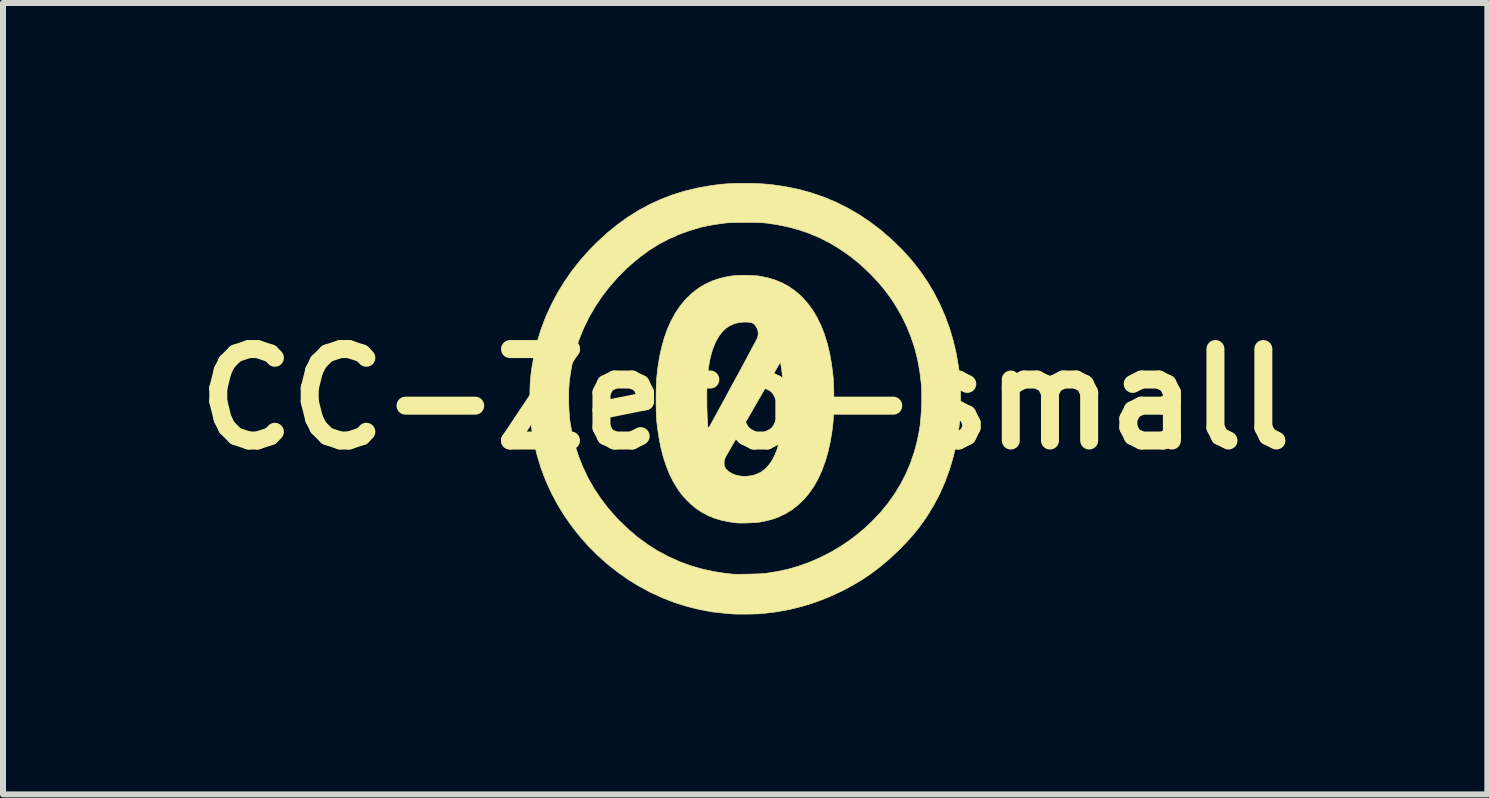
<source format=kicad_pcb>
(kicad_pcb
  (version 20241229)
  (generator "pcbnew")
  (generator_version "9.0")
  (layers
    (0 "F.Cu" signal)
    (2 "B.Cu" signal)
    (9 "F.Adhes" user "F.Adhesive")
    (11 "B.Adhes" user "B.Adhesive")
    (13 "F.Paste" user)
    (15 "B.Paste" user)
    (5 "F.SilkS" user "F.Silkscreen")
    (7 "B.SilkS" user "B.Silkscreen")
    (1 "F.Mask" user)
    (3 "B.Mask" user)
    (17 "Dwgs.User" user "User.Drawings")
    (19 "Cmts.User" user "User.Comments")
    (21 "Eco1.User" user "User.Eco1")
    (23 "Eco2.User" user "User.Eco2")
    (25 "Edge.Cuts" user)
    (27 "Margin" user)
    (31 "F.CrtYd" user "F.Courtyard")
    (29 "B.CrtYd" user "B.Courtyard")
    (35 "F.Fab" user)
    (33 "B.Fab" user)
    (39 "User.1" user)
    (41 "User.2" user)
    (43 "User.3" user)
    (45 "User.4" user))
  (footprint "CC-Zero-small"
    (layer "F.Cu")
    (at 9.369 3.602)
    (property "Reference" "CC-Zero-small" (at 0 0 0) (layer "F.SilkS") (effects (font (size 1.524 1.524) (thickness 0.3))))
    (attr through_hole)
    (fp_poly (pts (xy 0.036 -3.597) (xy 0.154 -3.594) (xy 0.268 -3.589) (xy 0.377 -3.581) (xy 0.455 -3.573) (xy 0.679 -3.54) (xy 0.897 -3.495) (xy 1.109 -3.436) (xy 1.314 -3.366) (xy 1.514 -3.282) (xy 1.708 -3.185) (xy 1.897 -3.076) (xy 2.08 -2.954) (xy 2.258 -2.818) (xy 2.43 -2.67) (xy 2.597 -2.509) (xy 2.639 -2.465) (xy 2.782 -2.305) (xy 2.914 -2.136) (xy 3.036 -1.959) (xy 3.146 -1.774) (xy 3.245 -1.581) (xy 3.332 -1.382) (xy 3.407 -1.178) (xy 3.469 -0.968) (xy 3.519 -0.753) (xy 3.556 -0.535) (xy 3.562 -0.49) (xy 3.577 -0.345) (xy 3.586 -0.193) (xy 3.59 -0.036) (xy 3.589 0.121) (xy 3.582 0.275) (xy 3.569 0.422) (xy 3.556 0.529) (xy 3.518 0.751) (xy 3.467 0.966) (xy 3.405 1.175) (xy 3.331 1.378) (xy 3.245 1.573) (xy 3.147 1.761) (xy 3.038 1.94) (xy 3.008 1.986) (xy 2.936 2.088) (xy 2.862 2.185) (xy 2.784 2.279) (xy 2.699 2.373) (xy 2.606 2.47) (xy 2.55 2.526) (xy 2.406 2.661) (xy 2.261 2.784) (xy 2.115 2.896) (xy 1.963 2.999) (xy 1.804 3.095) (xy 1.635 3.186) (xy 1.601 3.203) (xy 1.394 3.298) (xy 1.184 3.38) (xy 0.971 3.448) (xy 0.756 3.502) (xy 0.536 3.543) (xy 0.312 3.571) (xy 0.236 3.577) (xy 0.203 3.579) (xy 0.159 3.58) (xy 0.108 3.582) (xy 0.053 3.582) (xy -0.004 3.583) (xy -0.06 3.583) (xy -0.113 3.583) (xy -0.159 3.582) (xy -0.195 3.581) (xy -0.215 3.58) (xy -0.233 3.578) (xy -0.261 3.576) (xy -0.296 3.573) (xy -0.333 3.57) (xy -0.335 3.57) (xy -0.546 3.546) (xy -0.756 3.508) (xy -0.964 3.456) (xy -1.17 3.392) (xy -1.372 3.314) (xy -1.569 3.224) (xy -1.761 3.122) (xy -1.937 3.015) (xy -2.122 2.885) (xy -2.298 2.746) (xy -2.465 2.597) (xy -2.621 2.44) (xy -2.767 2.274) (xy -2.902 2.101) (xy -3.027 1.921) (xy -3.14 1.733) (xy -3.241 1.54) (xy -3.33 1.341) (xy -3.406 1.137) (xy -3.469 0.929) (xy -3.52 0.716) (xy -3.541 0.6) (xy -3.554 0.523) (xy -3.564 0.453) (xy -3.572 0.388) (xy -3.578 0.324) (xy -3.582 0.259) (xy -3.585 0.189) (xy -3.587 0.112) (xy -3.588 0.024) (xy -3.588 0) (xy -3.587 -0.05) (xy -2.941 -0.05) (xy -2.941 0.033) (xy -2.939 0.118) (xy -2.935 0.199) (xy -2.93 0.273) (xy -2.924 0.338) (xy -2.922 0.357) (xy -2.887 0.558) (xy -2.84 0.755) (xy -2.779 0.946) (xy -2.705 1.132) (xy -2.619 1.313) (xy -2.52 1.488) (xy -2.407 1.656) (xy -2.283 1.819) (xy -2.145 1.976) (xy -2.099 2.024) (xy -1.948 2.169) (xy -1.791 2.302) (xy -1.627 2.422) (xy -1.457 2.53) (xy -1.28 2.624) (xy -1.098 2.707) (xy -0.91 2.776) (xy -0.717 2.832) (xy -0.518 2.875) (xy -0.314 2.906) (xy -0.201 2.917) (xy -0.172 2.918) (xy -0.132 2.919) (xy -0.083 2.919) (xy -0.027 2.918) (xy 0.033 2.917) (xy 0.094 2.916) (xy 0.155 2.914) (xy 0.212 2.912) (xy 0.263 2.91) (xy 0.305 2.907) (xy 0.336 2.905) (xy 0.342 2.904) (xy 0.532 2.874) (xy 0.713 2.835) (xy 0.889 2.784) (xy 1.063 2.722) (xy 1.236 2.647) (xy 1.276 2.628) (xy 1.43 2.549) (xy 1.573 2.465) (xy 1.709 2.375) (xy 1.803 2.307) (xy 1.965 2.176) (xy 2.115 2.037) (xy 2.253 1.891) (xy 2.378 1.739) (xy 2.491 1.58) (xy 2.592 1.415) (xy 2.68 1.243) (xy 2.756 1.064) (xy 2.819 0.88) (xy 2.87 0.689) (xy 2.903 0.519) (xy 2.916 0.431) (xy 2.926 0.332) (xy 2.934 0.227) (xy 2.939 0.119) (xy 2.942 0.012) (xy 2.942 -0.091) (xy 2.939 -0.187) (xy 2.936 -0.244) (xy 2.912 -0.449) (xy 2.876 -0.65) (xy 2.827 -0.846) (xy 2.764 -1.036) (xy 2.688 -1.222) (xy 2.6 -1.401) (xy 2.498 -1.575) (xy 2.417 -1.697) (xy 2.326 -1.819) (xy 2.223 -1.942) (xy 2.111 -2.063) (xy 1.993 -2.178) (xy 1.872 -2.285) (xy 1.75 -2.382) (xy 1.744 -2.387) (xy 1.582 -2.499) (xy 1.418 -2.599) (xy 1.25 -2.685) (xy 1.077 -2.759) (xy 0.898 -2.821) (xy 0.713 -2.871) (xy 0.52 -2.91) (xy 0.367 -2.933) (xy 0.322 -2.937) (xy 0.265 -2.941) (xy 0.2 -2.943) (xy 0.128 -2.945) (xy 0.052 -2.946) (xy -0.025 -2.946) (xy -0.101 -2.946) (xy -0.173 -2.944) (xy -0.239 -2.942) (xy -0.297 -2.938) (xy -0.343 -2.934) (xy -0.353 -2.933) (xy -0.449 -2.919) (xy -0.54 -2.905) (xy -0.623 -2.89) (xy -0.698 -2.874) (xy -0.755 -2.86) (xy -0.941 -2.804) (xy -1.117 -2.739) (xy -1.284 -2.664) (xy -1.444 -2.579) (xy -1.598 -2.482) (xy -1.748 -2.373) (xy -1.894 -2.252) (xy -1.971 -2.182) (xy -2.121 -2.033) (xy -2.259 -1.876) (xy -2.385 -1.713) (xy -2.499 -1.544) (xy -2.6 -1.369) (xy -2.689 -1.188) (xy -2.765 -1.002) (xy -2.828 -0.812) (xy -2.878 -0.617) (xy -2.914 -0.419) (xy -2.933 -0.268) (xy -2.937 -0.205) (xy -2.94 -0.131) (xy -2.941 -0.05) (xy -3.587 -0.05) (xy -3.587 -0.081) (xy -3.587 -0.15) (xy -3.585 -0.211) (xy -3.583 -0.266) (xy -3.579 -0.319) (xy -3.574 -0.371) (xy -3.568 -0.426) (xy -3.56 -0.487) (xy -3.555 -0.522) (xy -3.518 -0.74) (xy -3.466 -0.953) (xy -3.402 -1.163) (xy -3.324 -1.369) (xy -3.233 -1.569) (xy -3.13 -1.765) (xy -3.014 -1.955) (xy -2.886 -2.139) (xy -2.746 -2.316) (xy -2.594 -2.487) (xy -2.469 -2.613) (xy -2.303 -2.766) (xy -2.132 -2.905) (xy -1.958 -3.031) (xy -1.778 -3.144) (xy -1.593 -3.244) (xy -1.403 -3.331) (xy -1.207 -3.406) (xy -1.003 -3.469) (xy -0.793 -3.519) (xy -0.576 -3.558) (xy -0.399 -3.581) (xy -0.302 -3.589) (xy -0.196 -3.594) (xy -0.082 -3.597) (xy 0.036 -3.597)) (stroke (width 0.01) (type solid)) (fill yes) (layer "F.SilkS"))
    (fp_poly (pts (xy 0.094 -2.062) (xy 0.162 -2.058) (xy 0.22 -2.053) (xy 0.236 -2.05) (xy 0.371 -2.024) (xy 0.497 -1.986) (xy 0.614 -1.938) (xy 0.724 -1.879) (xy 0.827 -1.807) (xy 0.924 -1.724) (xy 0.962 -1.686) (xy 1.05 -1.586) (xy 1.13 -1.476) (xy 1.201 -1.356) (xy 1.264 -1.225) (xy 1.32 -1.084) (xy 1.367 -0.931) (xy 1.407 -0.768) (xy 1.438 -0.593) (xy 1.462 -0.407) (xy 1.469 -0.339) (xy 1.471 -0.303) (xy 1.474 -0.255) (xy 1.475 -0.199) (xy 1.477 -0.136) (xy 1.478 -0.069) (xy 1.478 -0.001) (xy 1.478 0) (xy 1.478 0.093) (xy 1.476 0.175) (xy 1.474 0.248) (xy 1.47 0.316) (xy 1.465 0.382) (xy 1.458 0.449) (xy 1.449 0.519) (xy 1.446 0.543) (xy 1.416 0.722) (xy 1.378 0.89) (xy 1.331 1.047) (xy 1.277 1.194) (xy 1.214 1.33) (xy 1.144 1.455) (xy 1.065 1.568) (xy 0.979 1.671) (xy 0.884 1.762) (xy 0.783 1.841) (xy 0.673 1.909) (xy 0.556 1.964) (xy 0.539 1.971) (xy 0.475 1.994) (xy 0.402 2.015) (xy 0.326 2.033) (xy 0.252 2.048) (xy 0.24 2.05) (xy 0.21 2.053) (xy 0.17 2.057) (xy 0.122 2.059) (xy 0.071 2.062) (xy 0.019 2.064) (xy -0.032 2.065) (xy -0.077 2.065) (xy -0.114 2.064) (xy -0.138 2.063) (xy -0.275 2.044) (xy -0.402 2.017) (xy -0.52 1.981) (xy -0.629 1.935) (xy -0.73 1.88) (xy -0.826 1.815) (xy -0.916 1.739) (xy -0.967 1.689) (xy -1.007 1.647) (xy -1.04 1.61) (xy -1.069 1.574) (xy -1.098 1.534) (xy -1.127 1.492) (xy -1.198 1.375) (xy -1.262 1.247) (xy -1.318 1.106) (xy -1.334 1.057) (xy -0.352 1.057) (xy -0.349 1.101) (xy -0.343 1.125) (xy -0.322 1.161) (xy -0.289 1.195) (xy -0.246 1.226) (xy -0.194 1.252) (xy -0.156 1.266) (xy -0.128 1.274) (xy -0.093 1.28) (xy -0.055 1.285) (xy -0.02 1.287) (xy 0.006 1.287) (xy 0.007 1.287) (xy 0.024 1.285) (xy 0.048 1.283) (xy 0.068 1.281) (xy 0.129 1.271) (xy 0.192 1.25) (xy 0.252 1.222) (xy 0.278 1.206) (xy 0.342 1.155) (xy 0.399 1.093) (xy 0.45 1.019) (xy 0.494 0.933) (xy 0.533 0.835) (xy 0.565 0.725) (xy 0.591 0.601) (xy 0.596 0.575) (xy 0.605 0.521) (xy 0.612 0.469) (xy 0.618 0.418) (xy 0.623 0.366) (xy 0.626 0.31) (xy 0.629 0.248) (xy 0.63 0.178) (xy 0.631 0.099) (xy 0.631 0.008) (xy 0.631 -0.004) (xy 0.631 -0.099) (xy 0.63 -0.183) (xy 0.628 -0.257) (xy 0.625 -0.322) (xy 0.621 -0.382) (xy 0.615 -0.439) (xy 0.608 -0.493) (xy 0.6 -0.548) (xy 0.597 -0.565) (xy 0.593 -0.591) (xy 0.589 -0.606) (xy 0.586 -0.61) (xy 0.582 -0.606) (xy 0.577 -0.6) (xy 0.571 -0.589) (xy 0.558 -0.568) (xy 0.539 -0.536) (xy 0.515 -0.494) (xy 0.486 -0.444) (xy 0.453 -0.387) (xy 0.416 -0.323) (xy 0.375 -0.252) (xy 0.332 -0.178) (xy 0.286 -0.099) (xy 0.238 -0.017) (xy 0.19 0.067) (xy 0.14 0.153) (xy 0.091 0.239) (xy 0.042 0.324) (xy -0.007 0.407) (xy -0.053 0.488) (xy -0.098 0.566) (xy -0.141 0.64) (xy -0.18 0.709) (xy -0.216 0.771) (xy -0.248 0.826) (xy -0.275 0.874) (xy -0.298 0.913) (xy -0.314 0.942) (xy -0.325 0.961) (xy -0.328 0.967) (xy -0.345 1.011) (xy -0.352 1.057) (xy -1.334 1.057) (xy -1.367 0.955) (xy -1.408 0.792) (xy -1.441 0.619) (xy -1.466 0.436) (xy -1.476 0.339) (xy -1.479 0.295) (xy -1.481 0.24) (xy -1.483 0.176) (xy -1.484 0.106) (xy -1.485 0.032) (xy -1.485 -0.026) (xy -0.639 -0.026) (xy -0.638 0.045) (xy -0.638 0.116) (xy -0.636 0.185) (xy -0.634 0.25) (xy -0.632 0.31) (xy -0.629 0.364) (xy -0.626 0.41) (xy -0.623 0.446) (xy -0.619 0.471) (xy -0.616 0.482) (xy -0.615 0.484) (xy -0.614 0.485) (xy -0.613 0.484) (xy -0.611 0.482) (xy -0.608 0.478) (xy -0.603 0.471) (xy -0.596 0.46) (xy -0.587 0.445) (xy -0.576 0.425) (xy -0.562 0.399) (xy -0.544 0.367) (xy -0.523 0.328) (xy -0.497 0.282) (xy -0.468 0.228) (xy -0.434 0.165) (xy -0.394 0.093) (xy -0.349 0.011) (xy -0.299 -0.082) (xy -0.242 -0.187) (xy -0.196 -0.272) (xy -0.145 -0.366) (xy -0.095 -0.457) (xy -0.048 -0.544) (xy -0.004 -0.627) (xy 0.038 -0.705) (xy 0.076 -0.776) (xy 0.11 -0.84) (xy 0.14 -0.896) (xy 0.165 -0.944) (xy 0.185 -0.982) (xy 0.199 -1.009) (xy 0.207 -1.026) (xy 0.208 -1.029) (xy 0.218 -1.081) (xy 0.214 -1.133) (xy 0.197 -1.183) (xy 0.168 -1.23) (xy 0.158 -1.242) (xy 0.139 -1.259) (xy 0.116 -1.271) (xy 0.087 -1.279) (xy 0.049 -1.283) (xy 0.000228 -1.285) (xy -0.008 -1.285) (xy -0.095 -1.278) (xy -0.175 -1.259) (xy -0.249 -1.228) (xy -0.316 -1.184) (xy -0.377 -1.127) (xy -0.432 -1.057) (xy -0.481 -0.975) (xy -0.505 -0.924) (xy -0.537 -0.844) (xy -0.564 -0.758) (xy -0.587 -0.663) (xy -0.606 -0.558) (xy -0.622 -0.442) (xy -0.629 -0.374) (xy -0.632 -0.333) (xy -0.635 -0.283) (xy -0.637 -0.226) (xy -0.638 -0.163) (xy -0.639 -0.096) (xy -0.639 -0.026) (xy -1.485 -0.026) (xy -1.485 -0.043) (xy -1.484 -0.117) (xy -1.483 -0.186) (xy -1.481 -0.249) (xy -1.478 -0.303) (xy -1.476 -0.339) (xy -1.455 -0.529) (xy -1.426 -0.708) (xy -1.389 -0.875) (xy -1.344 -1.032) (xy -1.292 -1.177) (xy -1.231 -1.311) (xy -1.163 -1.435) (xy -1.086 -1.549) (xy -1.001 -1.652) (xy -0.969 -1.686) (xy -0.875 -1.774) (xy -0.775 -1.851) (xy -0.668 -1.915) (xy -0.553 -1.968) (xy -0.431 -2.01) (xy -0.3 -2.041) (xy -0.243 -2.05) (xy -0.189 -2.057) (xy -0.124 -2.061) (xy -0.052 -2.064) (xy 0.022 -2.064) (xy 0.094 -2.062)) (stroke (width 0.01) (type solid)) (fill yes) (layer "F.SilkS")))
  (gr_rect
    (start -3 -3)
    (end 21.738 10.19)
    (stroke (width 0.1) (type default))
    (fill no)
    (layer "Edge.Cuts")))
</source>
